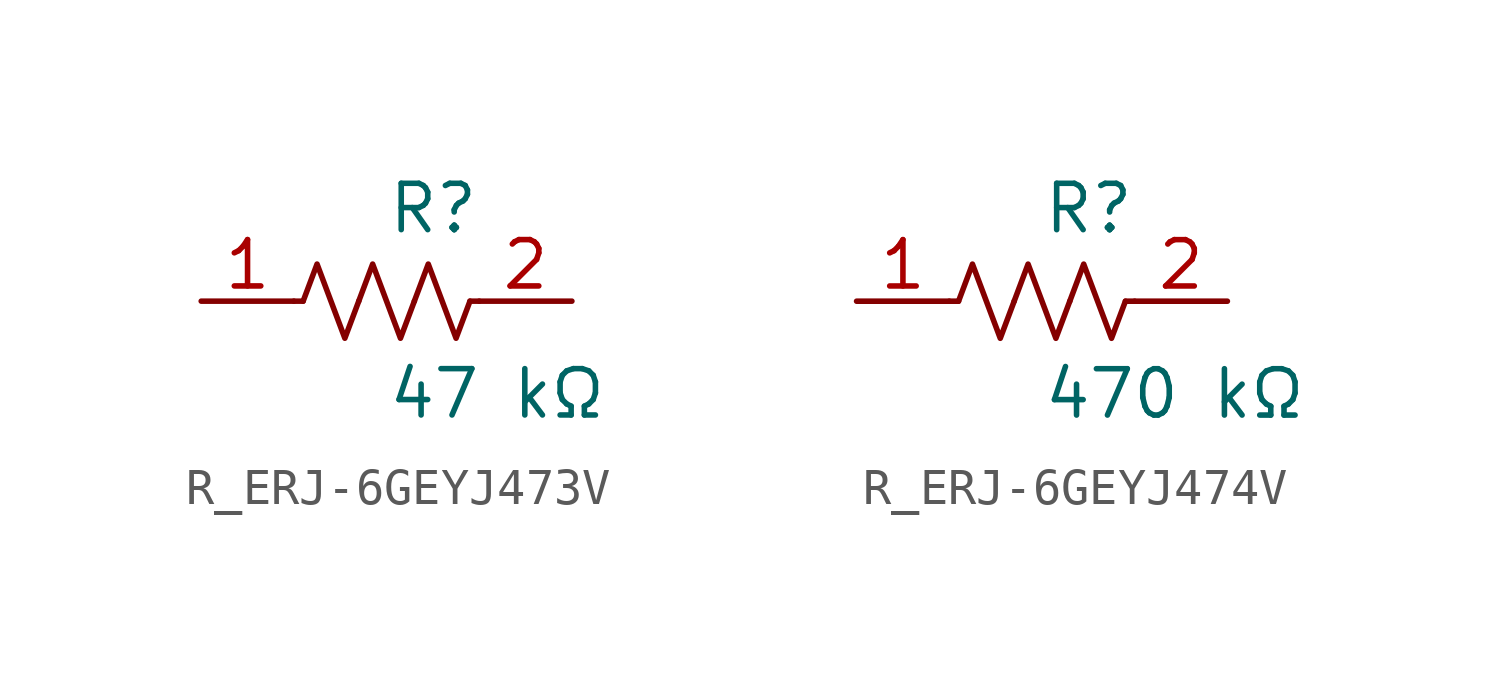
<source format=kicad_sym>
(kicad_symbol_lib
  (version 20231120)
  (generator kicad_symbol_editor)
  (generator_version 8.0)
  (symbol "R_ERJ-6GEYJ473V"
    (pin_names
      (offset 0.254))
    (property "Reference" "R"
      (at 0.0 2.54 0)
      (effects (font (size 1.27 1.27)) (justify left)))
    (property "Value" "47 kΩ"
      (at 0.0 -2.54 0)
      (effects (font (size 1.27 1.27)) (justify left)))
    (symbol "R_ERJ-6GEYJ473V_0_1"
      (polyline (pts (xy 2.286 0) (xy 2.54 0)) (stroke (width 0) (type default)) (fill (type none)))
      (polyline (pts (xy -2.286 0) (xy -2.54 0)) (stroke (width 0) (type default)) (fill (type none)))
      (polyline (pts (xy 0.762 0) (xy 1.143 1.016) (xy 1.524 0) (xy 1.905 -1.016) (xy 2.286 0)) (stroke (width 0) (type default)) (fill (type none)))
      (polyline (pts (xy -0.762 0) (xy -0.381 1.016) (xy 0 0) (xy 0.381 -1.016) (xy 0.762 0)) (stroke (width 0) (type default)) (fill (type none)))
      (polyline (pts (xy -2.286 0) (xy -1.905 1.016) (xy -1.524 0) (xy -1.143 -1.016) (xy -0.762 0)) (stroke (width 0) (type default)) (fill (type none))))
    (pin unspecified line
      (at -5.08 0 0)
      (length 2.54)
      (name "" (effects (font (size 1.27 1.27))))
      (number "1" (effects (font (size 1.27 1.27)))))
    (pin unspecified line
      (at 5.08 0 180)
      (length 2.54)
      (name "" (effects (font (size 1.27 1.27))))
      (number "2" (effects (font (size 1.27 1.27))))))
  (symbol "R_ERJ-6GEYJ474V"
    (pin_names
      (offset 0.254))
    (property "Reference" "R"
      (at 0.0 2.54 0)
      (effects (font (size 1.27 1.27)) (justify left)))
    (property "Value" "470 kΩ"
      (at 0.0 -2.54 0)
      (effects (font (size 1.27 1.27)) (justify left)))
    (symbol "R_ERJ-6GEYJ474V_0_1"
      (polyline (pts (xy 2.286 0) (xy 2.54 0)) (stroke (width 0) (type default)) (fill (type none)))
      (polyline (pts (xy -2.286 0) (xy -2.54 0)) (stroke (width 0) (type default)) (fill (type none)))
      (polyline (pts (xy 0.762 0) (xy 1.143 1.016) (xy 1.524 0) (xy 1.905 -1.016) (xy 2.286 0)) (stroke (width 0) (type default)) (fill (type none)))
      (polyline (pts (xy -0.762 0) (xy -0.381 1.016) (xy 0 0) (xy 0.381 -1.016) (xy 0.762 0)) (stroke (width 0) (type default)) (fill (type none)))
      (polyline (pts (xy -2.286 0) (xy -1.905 1.016) (xy -1.524 0) (xy -1.143 -1.016) (xy -0.762 0)) (stroke (width 0) (type default)) (fill (type none))))
    (pin unspecified line
      (at -5.08 0 0)
      (length 2.54)
      (name "" (effects (font (size 1.27 1.27))))
      (number "1" (effects (font (size 1.27 1.27)))))
    (pin unspecified line
      (at 5.08 0 180)
      (length 2.54)
      (name "" (effects (font (size 1.27 1.27))))
      (number "2" (effects (font (size 1.27 1.27)))))))
</source>
